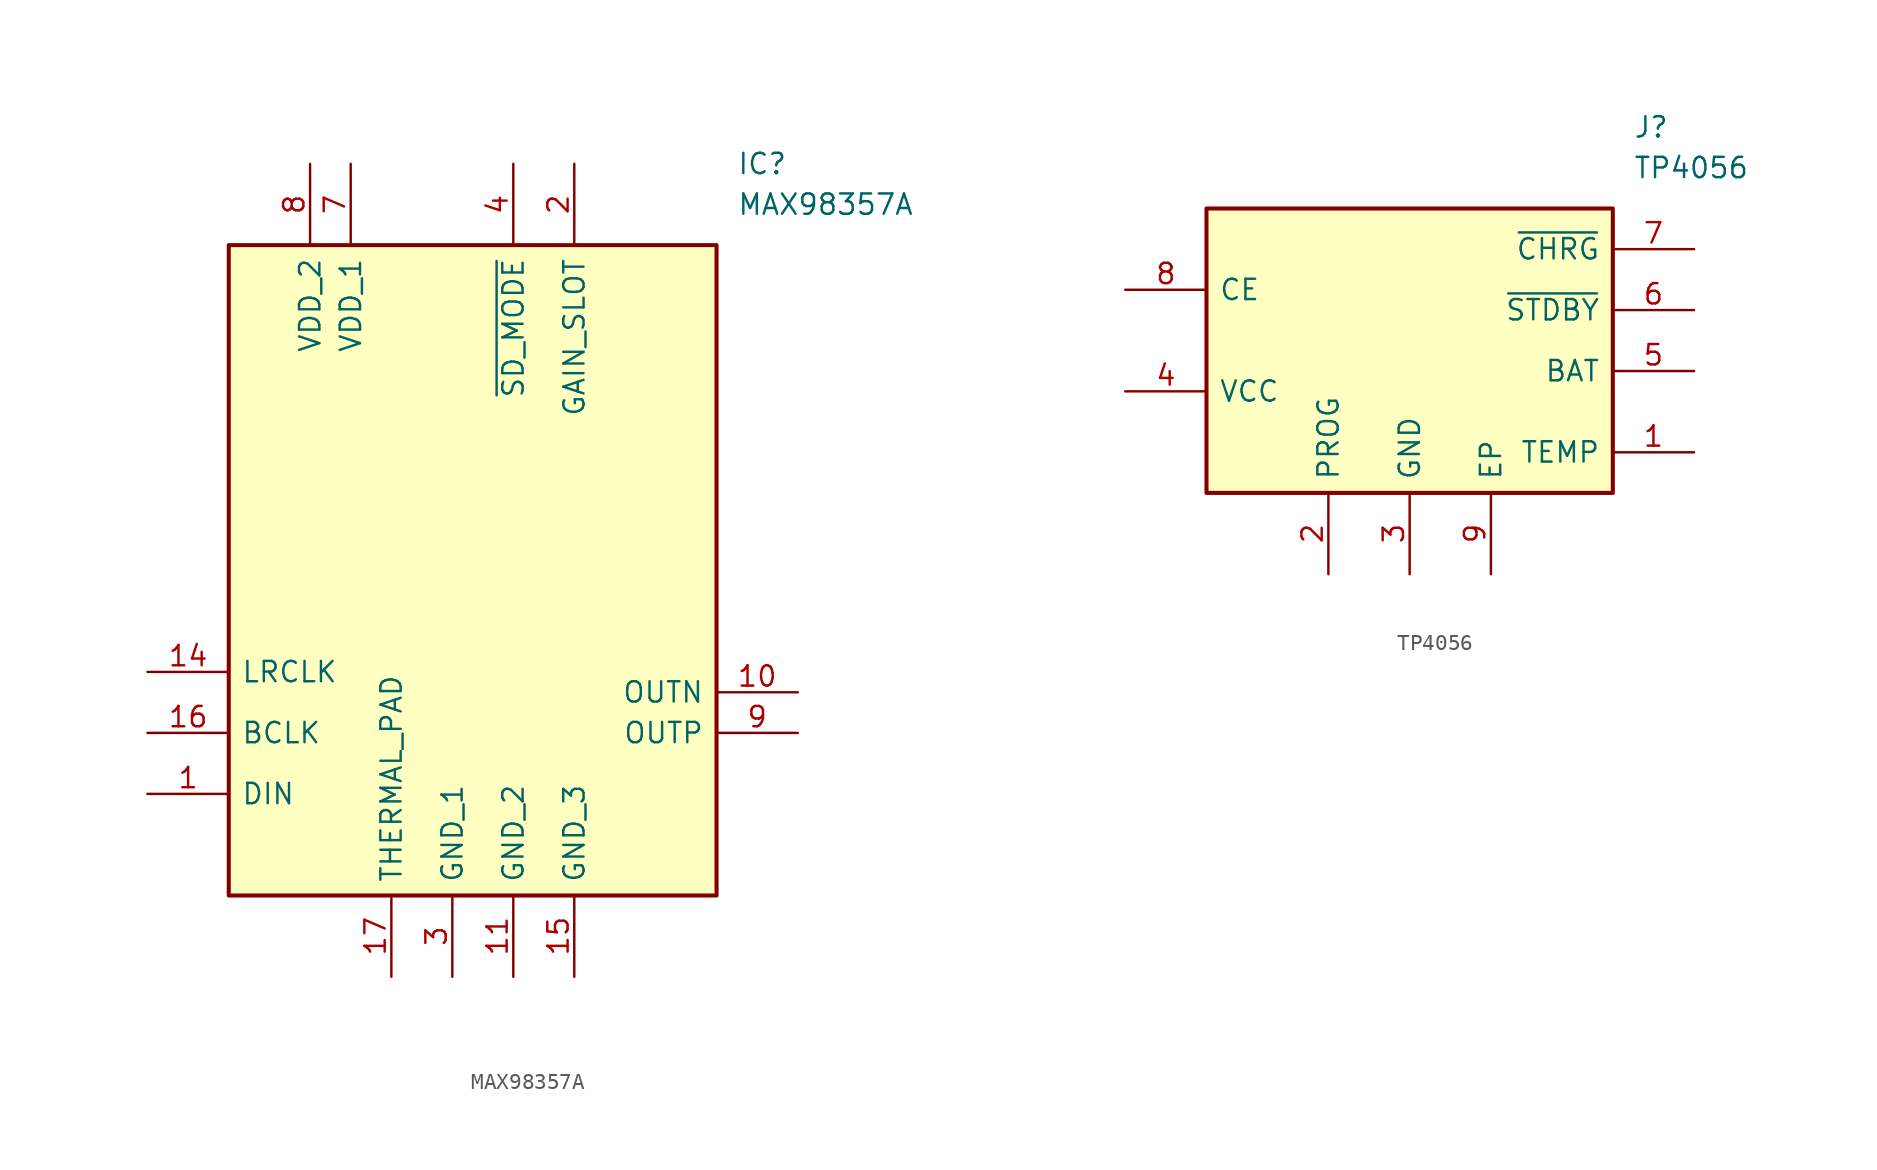
<source format=kicad_sym>
(kicad_symbol_lib
  (version 20211014)
  (generator kicad_symbol_editor)
  (symbol "MAX98357A"
    (pin_names
      (offset 0.762))
    (property "Reference" "IC"
      (at 36.83 25.4 0)
      (effects (font (size 1.27 1.27)) (justify left)))
    (property "Value" "MAX98357A"
      (at 36.83 22.86 0)
      (effects (font (size 1.27 1.27)) (justify left)))
    (symbol "MAX98357A_0_0"
      (pin passive line (at 0 -13.97 0) (length 5.08) (name "DIN" (effects (font (size 1.27 1.27)))) (number "1" (effects (font (size 1.27 1.27)))))
      (pin passive line (at 40.64 -7.62 180) (length 5.08) (name "OUTN" (effects (font (size 1.27 1.27)))) (number "10" (effects (font (size 1.27 1.27)))))
      (pin passive line (at 22.86 -25.4 90) (length 5.08) (name "GND_2" (effects (font (size 1.27 1.27)))) (number "11" (effects (font (size 1.27 1.27)))))
      (pin no_connect line (at 40.64 11.43 180) (length 5.08) hide (name "N.C._3" (effects (font (size 1.27 1.27)))) (number "12" (effects (font (size 1.27 1.27)))))
      (pin no_connect line (at 40.64 13.97 180) (length 5.08) hide (name "N.C._4" (effects (font (size 1.27 1.27)))) (number "13" (effects (font (size 1.27 1.27)))))
      (pin passive line (at 0 -6.35 0) (length 5.08) (name "LRCLK" (effects (font (size 1.27 1.27)))) (number "14" (effects (font (size 1.27 1.27)))))
      (pin passive line (at 26.67 -25.4 90) (length 5.08) (name "GND_3" (effects (font (size 1.27 1.27)))) (number "15" (effects (font (size 1.27 1.27)))))
      (pin passive line (at 0 -10.16 0) (length 5.08) (name "BCLK" (effects (font (size 1.27 1.27)))) (number "16" (effects (font (size 1.27 1.27)))))
      (pin passive line (at 15.24 -25.4 90) (length 5.08) (name "THERMAL_PAD" (effects (font (size 1.27 1.27)))) (number "17" (effects (font (size 1.27 1.27)))))
      (pin passive line (at 26.67 25.4 270) (length 5.08) (name "GAIN_SLOT" (effects (font (size 1.27 1.27)))) (number "2" (effects (font (size 1.27 1.27)))))
      (pin passive line (at 19.05 -25.4 90) (length 5.08) (name "GND_1" (effects (font (size 1.27 1.27)))) (number "3" (effects (font (size 1.27 1.27)))))
      (pin passive line (at 22.86 25.4 270) (length 5.08) (name "~{SD_MODE}" (effects (font (size 1.27 1.27)))) (number "4" (effects (font (size 1.27 1.27)))))
      (pin no_connect line (at 40.64 6.35 180) (length 5.08) hide (name "eN.C._1" (effects (font (size 1.27 1.27)))) (number "5" (effects (font (size 1.27 1.27)))))
      (pin no_connect line (at 40.64 8.89 180) (length 5.08) hide (name "N.C._2" (effects (font (size 1.27 1.27)))) (number "6" (effects (font (size 1.27 1.27)))))
      (pin passive line (at 12.7 25.4 270) (length 5.08) (name "VDD_1" (effects (font (size 1.27 1.27)))) (number "7" (effects (font (size 1.27 1.27)))))
      (pin passive line (at 10.16 25.4 270) (length 5.08) (name "VDD_2" (effects (font (size 1.27 1.27)))) (number "8" (effects (font (size 1.27 1.27)))))
      (pin passive line (at 40.64 -10.16 180) (length 5.08) (name "OUTP" (effects (font (size 1.27 1.27)))) (number "9" (effects (font (size 1.27 1.27))))))
    (symbol "MAX98357A_0_1"
      (polyline (pts (xy 5.08 20.32) (xy 35.56 20.32) (xy 35.56 -20.32) (xy 5.08 -20.32) (xy 5.08 20.32)) (stroke (width 0.254) (type default) (color 0 0 0 0)) (fill (type background)))))
  (symbol "TP4056"
    (pin_names
      (offset 0.762))
    (property "Reference" "J"
      (at 31.75 7.62 0)
      (effects (font (size 1.27 1.27)) (justify left)))
    (property "Value" "TP4056"
      (at 31.75 5.08 0)
      (effects (font (size 1.27 1.27)) (justify left)))
    (symbol "TP4056_0_0"
      (pin passive line (at 35.56 -12.7 180) (length 5.08) (name "TEMP" (effects (font (size 1.27 1.27)))) (number "1" (effects (font (size 1.27 1.27)))))
      (pin passive line (at 12.7 -20.32 90) (length 5.08) (name "PROG" (effects (font (size 1.27 1.27)))) (number "2" (effects (font (size 1.27 1.27)))))
      (pin passive line (at 17.78 -20.32 90) (length 5.08) (name "GND" (effects (font (size 1.27 1.27)))) (number "3" (effects (font (size 1.27 1.27)))))
      (pin passive line (at 0 -8.89 0) (length 5.08) (name "VCC" (effects (font (size 1.27 1.27)))) (number "4" (effects (font (size 1.27 1.27)))))
      (pin passive line (at 35.56 -7.62 180) (length 5.08) (name "BAT" (effects (font (size 1.27 1.27)))) (number "5" (effects (font (size 1.27 1.27)))))
      (pin passive line (at 35.56 -3.81 180) (length 5.08) (name "~{STDBY}" (effects (font (size 1.27 1.27)))) (number "6" (effects (font (size 1.27 1.27)))))
      (pin passive line (at 35.56 0 180) (length 5.08) (name "~{CHRG}" (effects (font (size 1.27 1.27)))) (number "7" (effects (font (size 1.27 1.27)))))
      (pin passive line (at 0 -2.54 0) (length 5.08) (name "CE" (effects (font (size 1.27 1.27)))) (number "8" (effects (font (size 1.27 1.27))))))
    (symbol "TP4056_0_1"
      (polyline (pts (xy 5.08 2.54) (xy 30.48 2.54) (xy 30.48 -15.24) (xy 5.08 -15.24) (xy 5.08 2.54)) (stroke (width 0.254) (type default) (color 0 0 0 0)) (fill (type background))))
    (symbol "TP4056_1_1"
      (pin passive line (at 22.86 -20.32 90) (length 5.08) (name "EP" (effects (font (size 1.27 1.27)))) (number "9" (effects (font (size 1.27 1.27))))))))
</source>
